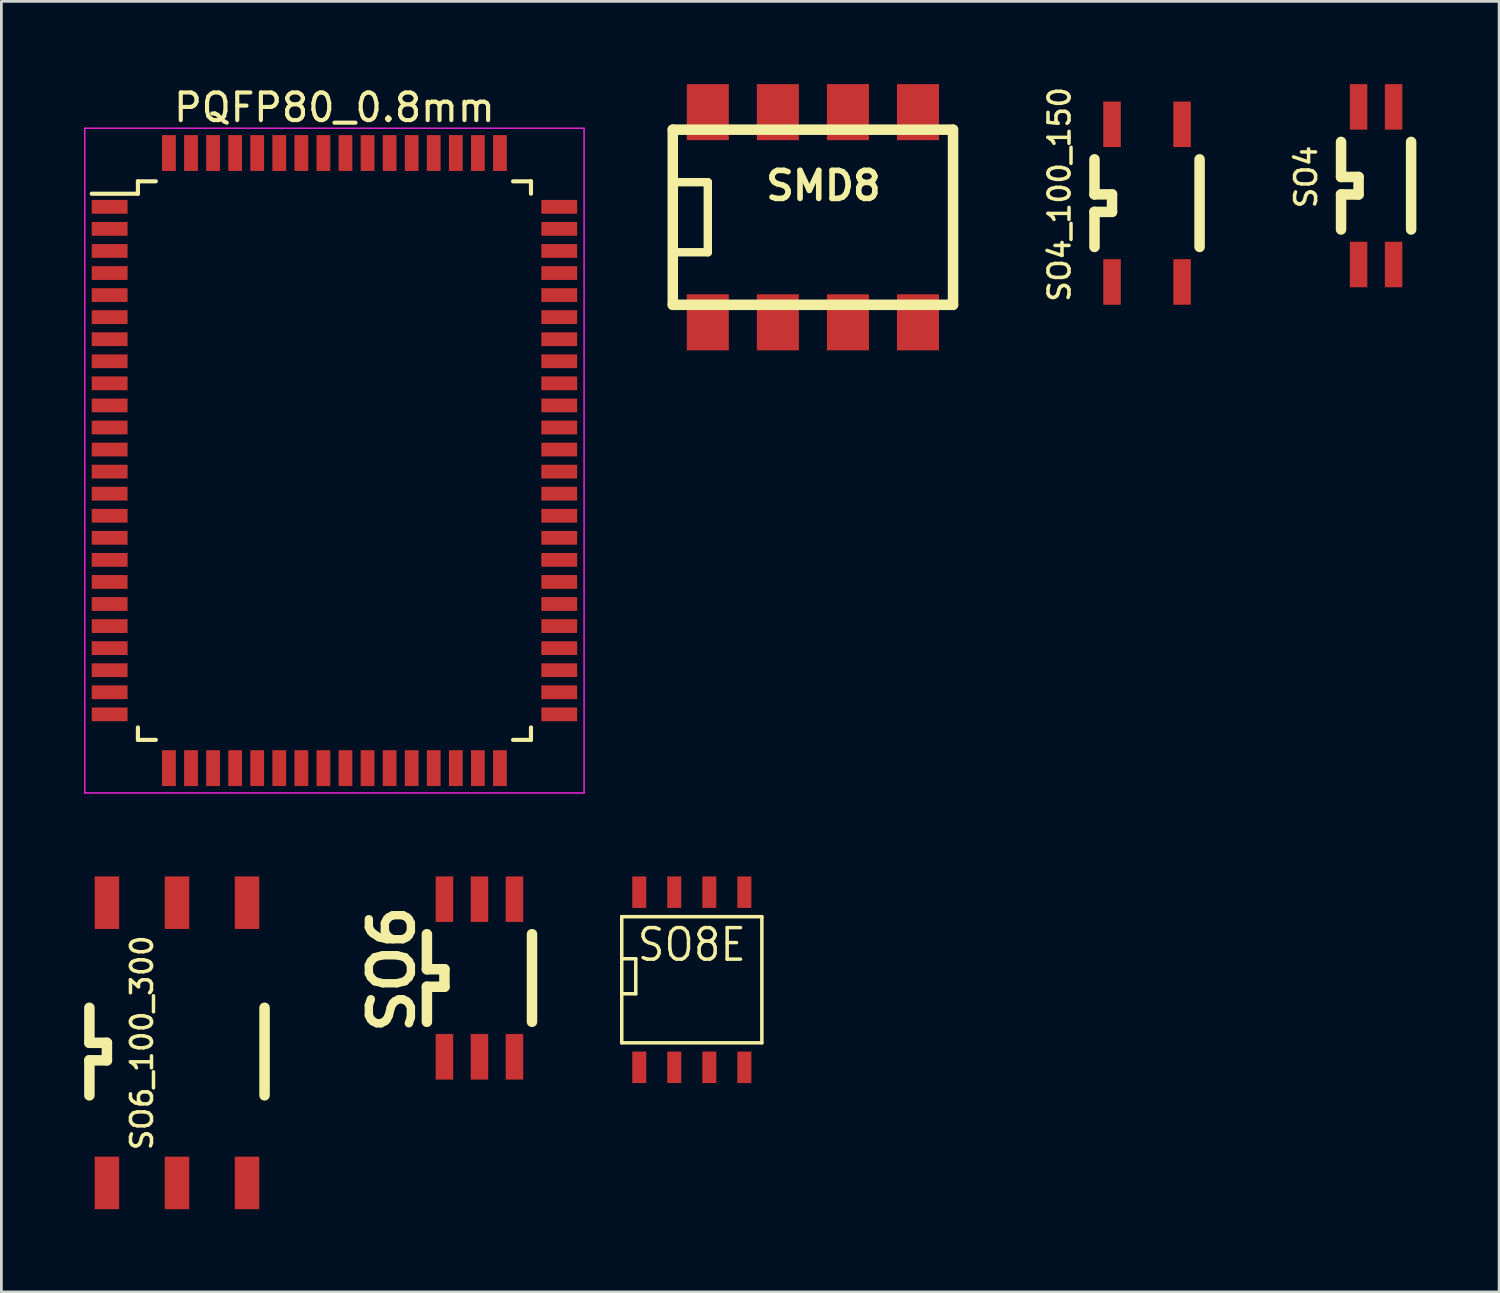
<source format=kicad_pcb>
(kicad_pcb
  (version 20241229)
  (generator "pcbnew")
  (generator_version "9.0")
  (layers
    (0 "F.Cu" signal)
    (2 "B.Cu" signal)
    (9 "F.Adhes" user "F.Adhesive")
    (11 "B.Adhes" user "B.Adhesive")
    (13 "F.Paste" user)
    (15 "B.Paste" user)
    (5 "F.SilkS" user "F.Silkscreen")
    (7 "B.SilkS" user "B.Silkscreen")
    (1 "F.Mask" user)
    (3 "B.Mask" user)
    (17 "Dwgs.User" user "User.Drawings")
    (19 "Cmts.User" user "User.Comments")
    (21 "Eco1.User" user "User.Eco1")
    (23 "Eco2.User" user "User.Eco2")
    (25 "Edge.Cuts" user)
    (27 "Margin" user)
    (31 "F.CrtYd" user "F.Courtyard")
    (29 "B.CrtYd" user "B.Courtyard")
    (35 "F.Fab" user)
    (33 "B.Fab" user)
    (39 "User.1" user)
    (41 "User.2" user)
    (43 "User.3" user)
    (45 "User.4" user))
  (footprint "PQFP80_0.8mm"
    (layer "F.Cu")
    (at 9.075 13.648)
    (property "Reference" "PQFP80_0.8mm" (at 0 -12.8 0) (layer "F.SilkS") (effects (font (size 1 1) (thickness 0.15))))
    (attr smd)
    (fp_line (start -7.125 -10.125) (end -7.125 -9.675) (stroke (width 0.15) (type solid)) (layer "F.SilkS"))
    (fp_line (start -7.125 -10.125) (end -6.475 -10.125) (stroke (width 0.15) (type solid)) (layer "F.SilkS"))
    (fp_line (start -7.125 -9.675) (end -8.8 -9.675) (stroke (width 0.15) (type solid)) (layer "F.SilkS"))
    (fp_line (start -7.125 10.125) (end -7.125 9.675) (stroke (width 0.15) (type solid)) (layer "F.SilkS"))
    (fp_line (start -7.125 10.125) (end -6.475 10.125) (stroke (width 0.15) (type solid)) (layer "F.SilkS"))
    (fp_line (start 7.125 -10.125) (end 6.475 -10.125) (stroke (width 0.15) (type solid)) (layer "F.SilkS"))
    (fp_line (start 7.125 -10.125) (end 7.125 -9.675) (stroke (width 0.15) (type solid)) (layer "F.SilkS"))
    (fp_line (start 7.125 10.125) (end 6.475 10.125) (stroke (width 0.15) (type solid)) (layer "F.SilkS"))
    (fp_line (start 7.125 10.125) (end 7.125 9.675) (stroke (width 0.15) (type solid)) (layer "F.SilkS"))
    (fp_line (start -9.05 -12.05) (end -9.05 12.05) (stroke (width 0.05) (type solid)) (layer "F.CrtYd"))
    (fp_line (start -9.05 -12.05) (end 9.05 -12.05) (stroke (width 0.05) (type solid)) (layer "F.CrtYd"))
    (fp_line (start -9.05 12.05) (end 9.05 12.05) (stroke (width 0.05) (type solid)) (layer "F.CrtYd"))
    (fp_line (start 9.05 -12.05) (end 9.05 12.05) (stroke (width 0.05) (type solid)) (layer "F.CrtYd"))
    (pad "1" smd rect (at -8.15 -9.2) (size 1.3 0.5) (layers "F.Cu" "F.Mask" "F.Paste"))
    (pad "2" smd rect (at -8.15 -8.4) (size 1.3 0.5) (layers "F.Cu" "F.Mask" "F.Paste"))
    (pad "3" smd rect (at -8.15 -7.6) (size 1.3 0.5) (layers "F.Cu" "F.Mask" "F.Paste"))
    (pad "4" smd rect (at -8.15 -6.8) (size 1.3 0.5) (layers "F.Cu" "F.Mask" "F.Paste"))
    (pad "5" smd rect (at -8.15 -6) (size 1.3 0.5) (layers "F.Cu" "F.Mask" "F.Paste"))
    (pad "6" smd rect (at -8.15 -5.2) (size 1.3 0.5) (layers "F.Cu" "F.Mask" "F.Paste"))
    (pad "7" smd rect (at -8.15 -4.4) (size 1.3 0.5) (layers "F.Cu" "F.Mask" "F.Paste"))
    (pad "8" smd rect (at -8.15 -3.6) (size 1.3 0.5) (layers "F.Cu" "F.Mask" "F.Paste"))
    (pad "9" smd rect (at -8.15 -2.8) (size 1.3 0.5) (layers "F.Cu" "F.Mask" "F.Paste"))
    (pad "10" smd rect (at -8.15 -2) (size 1.3 0.5) (layers "F.Cu" "F.Mask" "F.Paste"))
    (pad "11" smd rect (at -8.15 -1.2) (size 1.3 0.5) (layers "F.Cu" "F.Mask" "F.Paste"))
    (pad "12" smd rect (at -8.15 -0.4) (size 1.3 0.5) (layers "F.Cu" "F.Mask" "F.Paste"))
    (pad "13" smd rect (at -8.15 0.4) (size 1.3 0.5) (layers "F.Cu" "F.Mask" "F.Paste"))
    (pad "14" smd rect (at -8.15 1.2) (size 1.3 0.5) (layers "F.Cu" "F.Mask" "F.Paste"))
    (pad "15" smd rect (at -8.15 2) (size 1.3 0.5) (layers "F.Cu" "F.Mask" "F.Paste"))
    (pad "16" smd rect (at -8.15 2.8) (size 1.3 0.5) (layers "F.Cu" "F.Mask" "F.Paste"))
    (pad "17" smd rect (at -8.15 3.6) (size 1.3 0.5) (layers "F.Cu" "F.Mask" "F.Paste"))
    (pad "18" smd rect (at -8.15 4.4) (size 1.3 0.5) (layers "F.Cu" "F.Mask" "F.Paste"))
    (pad "19" smd rect (at -8.15 5.2) (size 1.3 0.5) (layers "F.Cu" "F.Mask" "F.Paste"))
    (pad "20" smd rect (at -8.15 6) (size 1.3 0.5) (layers "F.Cu" "F.Mask" "F.Paste"))
    (pad "21" smd rect (at -8.15 6.8) (size 1.3 0.5) (layers "F.Cu" "F.Mask" "F.Paste"))
    (pad "22" smd rect (at -8.15 7.6) (size 1.3 0.5) (layers "F.Cu" "F.Mask" "F.Paste"))
    (pad "23" smd rect (at -8.15 8.4) (size 1.3 0.5) (layers "F.Cu" "F.Mask" "F.Paste"))
    (pad "24" smd rect (at -8.15 9.2) (size 1.3 0.5) (layers "F.Cu" "F.Mask" "F.Paste"))
    (pad "25" smd rect (at -6 11.15 90) (size 1.3 0.5) (layers "F.Cu" "F.Mask" "F.Paste"))
    (pad "26" smd rect (at -5.2 11.15 90) (size 1.3 0.5) (layers "F.Cu" "F.Mask" "F.Paste"))
    (pad "27" smd rect (at -4.4 11.15 90) (size 1.3 0.5) (layers "F.Cu" "F.Mask" "F.Paste"))
    (pad "28" smd rect (at -3.6 11.15 90) (size 1.3 0.5) (layers "F.Cu" "F.Mask" "F.Paste"))
    (pad "29" smd rect (at -2.8 11.15 90) (size 1.3 0.5) (layers "F.Cu" "F.Mask" "F.Paste"))
    (pad "30" smd rect (at -2 11.15 90) (size 1.3 0.5) (layers "F.Cu" "F.Mask" "F.Paste"))
    (pad "31" smd rect (at -1.2 11.15 90) (size 1.3 0.5) (layers "F.Cu" "F.Mask" "F.Paste"))
    (pad "32" smd rect (at -0.4 11.15 90) (size 1.3 0.5) (layers "F.Cu" "F.Mask" "F.Paste"))
    (pad "33" smd rect (at 0.4 11.15 90) (size 1.3 0.5) (layers "F.Cu" "F.Mask" "F.Paste"))
    (pad "34" smd rect (at 1.2 11.15 90) (size 1.3 0.5) (layers "F.Cu" "F.Mask" "F.Paste"))
    (pad "35" smd rect (at 2 11.15 90) (size 1.3 0.5) (layers "F.Cu" "F.Mask" "F.Paste"))
    (pad "36" smd rect (at 2.8 11.15 90) (size 1.3 0.5) (layers "F.Cu" "F.Mask" "F.Paste"))
    (pad "37" smd rect (at 3.6 11.15 90) (size 1.3 0.5) (layers "F.Cu" "F.Mask" "F.Paste"))
    (pad "38" smd rect (at 4.4 11.15 90) (size 1.3 0.5) (layers "F.Cu" "F.Mask" "F.Paste"))
    (pad "39" smd rect (at 5.2 11.15 90) (size 1.3 0.5) (layers "F.Cu" "F.Mask" "F.Paste"))
    (pad "40" smd rect (at 6 11.15 90) (size 1.3 0.5) (layers "F.Cu" "F.Mask" "F.Paste"))
    (pad "41" smd rect (at 8.15 9.2) (size 1.3 0.5) (layers "F.Cu" "F.Mask" "F.Paste"))
    (pad "42" smd rect (at 8.15 8.4) (size 1.3 0.5) (layers "F.Cu" "F.Mask" "F.Paste"))
    (pad "43" smd rect (at 8.15 7.6) (size 1.3 0.5) (layers "F.Cu" "F.Mask" "F.Paste"))
    (pad "44" smd rect (at 8.15 6.8) (size 1.3 0.5) (layers "F.Cu" "F.Mask" "F.Paste"))
    (pad "45" smd rect (at 8.15 6) (size 1.3 0.5) (layers "F.Cu" "F.Mask" "F.Paste"))
    (pad "46" smd rect (at 8.15 5.2) (size 1.3 0.5) (layers "F.Cu" "F.Mask" "F.Paste"))
    (pad "47" smd rect (at 8.15 4.4) (size 1.3 0.5) (layers "F.Cu" "F.Mask" "F.Paste"))
    (pad "48" smd rect (at 8.15 3.6) (size 1.3 0.5) (layers "F.Cu" "F.Mask" "F.Paste"))
    (pad "49" smd rect (at 8.15 2.8) (size 1.3 0.5) (layers "F.Cu" "F.Mask" "F.Paste"))
    (pad "50" smd rect (at 8.15 2) (size 1.3 0.5) (layers "F.Cu" "F.Mask" "F.Paste"))
    (pad "51" smd rect (at 8.15 1.2) (size 1.3 0.5) (layers "F.Cu" "F.Mask" "F.Paste"))
    (pad "52" smd rect (at 8.15 0.4) (size 1.3 0.5) (layers "F.Cu" "F.Mask" "F.Paste"))
    (pad "53" smd rect (at 8.15 -0.4) (size 1.3 0.5) (layers "F.Cu" "F.Mask" "F.Paste"))
    (pad "54" smd rect (at 8.15 -1.2) (size 1.3 0.5) (layers "F.Cu" "F.Mask" "F.Paste"))
    (pad "55" smd rect (at 8.15 -2) (size 1.3 0.5) (layers "F.Cu" "F.Mask" "F.Paste"))
    (pad "56" smd rect (at 8.15 -2.8) (size 1.3 0.5) (layers "F.Cu" "F.Mask" "F.Paste"))
    (pad "57" smd rect (at 8.15 -3.6) (size 1.3 0.5) (layers "F.Cu" "F.Mask" "F.Paste"))
    (pad "58" smd rect (at 8.15 -4.4) (size 1.3 0.5) (layers "F.Cu" "F.Mask" "F.Paste"))
    (pad "59" smd rect (at 8.15 -5.2) (size 1.3 0.5) (layers "F.Cu" "F.Mask" "F.Paste"))
    (pad "60" smd rect (at 8.15 -6) (size 1.3 0.5) (layers "F.Cu" "F.Mask" "F.Paste"))
    (pad "61" smd rect (at 8.15 -6.8) (size 1.3 0.5) (layers "F.Cu" "F.Mask" "F.Paste"))
    (pad "62" smd rect (at 8.15 -7.6) (size 1.3 0.5) (layers "F.Cu" "F.Mask" "F.Paste"))
    (pad "63" smd rect (at 8.15 -8.4) (size 1.3 0.5) (layers "F.Cu" "F.Mask" "F.Paste"))
    (pad "64" smd rect (at 8.15 -9.2) (size 1.3 0.5) (layers "F.Cu" "F.Mask" "F.Paste"))
    (pad "65" smd rect (at 6 -11.15 90) (size 1.3 0.5) (layers "F.Cu" "F.Mask" "F.Paste"))
    (pad "66" smd rect (at 5.2 -11.15 90) (size 1.3 0.5) (layers "F.Cu" "F.Mask" "F.Paste"))
    (pad "67" smd rect (at 4.4 -11.15 90) (size 1.3 0.5) (layers "F.Cu" "F.Mask" "F.Paste"))
    (pad "68" smd rect (at 3.6 -11.15 90) (size 1.3 0.5) (layers "F.Cu" "F.Mask" "F.Paste"))
    (pad "69" smd rect (at 2.8 -11.15 90) (size 1.3 0.5) (layers "F.Cu" "F.Mask" "F.Paste"))
    (pad "70" smd rect (at 2 -11.15 90) (size 1.3 0.5) (layers "F.Cu" "F.Mask" "F.Paste"))
    (pad "71" smd rect (at 1.2 -11.15 90) (size 1.3 0.5) (layers "F.Cu" "F.Mask" "F.Paste"))
    (pad "72" smd rect (at 0.4 -11.15 90) (size 1.3 0.5) (layers "F.Cu" "F.Mask" "F.Paste"))
    (pad "73" smd rect (at -0.4 -11.15 90) (size 1.3 0.5) (layers "F.Cu" "F.Mask" "F.Paste"))
    (pad "74" smd rect (at -1.2 -11.15 90) (size 1.3 0.5) (layers "F.Cu" "F.Mask" "F.Paste"))
    (pad "75" smd rect (at -2 -11.15 90) (size 1.3 0.5) (layers "F.Cu" "F.Mask" "F.Paste"))
    (pad "76" smd rect (at -2.8 -11.15 90) (size 1.3 0.5) (layers "F.Cu" "F.Mask" "F.Paste"))
    (pad "77" smd rect (at -3.6 -11.15 90) (size 1.3 0.5) (layers "F.Cu" "F.Mask" "F.Paste"))
    (pad "78" smd rect (at -4.4 -11.15 90) (size 1.3 0.5) (layers "F.Cu" "F.Mask" "F.Paste"))
    (pad "79" smd rect (at -5.2 -11.15 90) (size 1.3 0.5) (layers "F.Cu" "F.Mask" "F.Paste"))
    (pad "80" smd rect (at -6 -11.15 90) (size 1.3 0.5) (layers "F.Cu" "F.Mask" "F.Paste")))
  (footprint "SO4"
    (layer "F.Cu")
    (at 46.204 6.54)
    (property "Reference" "SO4" (at -1.905 -3.175 90) (layer "F.SilkS") (effects (font (size 0.762 0.762) (thickness 0.127))))
    (attr through_hole)
    (fp_line (start -0.635 -4.445) (end -0.635 -3.175) (stroke (width 0.381) (type solid)) (layer "F.SilkS"))
    (fp_line (start -0.635 -3.175) (end 0 -3.175) (stroke (width 0.381) (type solid)) (layer "F.SilkS"))
    (fp_line (start -0.635 -2.54) (end -0.635 -1.27) (stroke (width 0.381) (type solid)) (layer "F.SilkS"))
    (fp_line (start 0 -3.175) (end 0 -2.54) (stroke (width 0.381) (type solid)) (layer "F.SilkS"))
    (fp_line (start 0 -2.54) (end -0.635 -2.54) (stroke (width 0.381) (type solid)) (layer "F.SilkS"))
    (fp_line (start 1.905 -4.445) (end 1.905 -1.27) (stroke (width 0.381) (type solid)) (layer "F.SilkS"))
    (pad "1" smd rect (at 0 0) (size 0.635 1.651) (layers "F.Cu" "F.Mask" "F.Paste"))
    (pad "2" smd rect (at 1.27 0) (size 0.635 1.651) (layers "F.Cu" "F.Mask" "F.Paste"))
    (pad "3" smd rect (at 1.27 -5.715) (size 0.635 1.651) (layers "F.Cu" "F.Mask" "F.Paste"))
    (pad "4" smd rect (at 0 -5.715) (size 0.635 1.651) (layers "F.Cu" "F.Mask" "F.Paste")))
  (footprint "SO6_100_300"
    (layer "F.Cu")
    (at 0.826 39.836)
    (property "Reference" "SO6_100_300" (at 1.27 -5.08 90) (layer "F.SilkS") (effects (font (size 0.762 0.762) (thickness 0.127))))
    (attr through_hole)
    (fp_line (start -0.635 -6.35) (end -0.635 -5.08) (stroke (width 0.381) (type solid)) (layer "F.SilkS"))
    (fp_line (start -0.635 -5.08) (end 0 -5.08) (stroke (width 0.381) (type solid)) (layer "F.SilkS"))
    (fp_line (start -0.635 -4.445) (end -0.635 -3.175) (stroke (width 0.381) (type solid)) (layer "F.SilkS"))
    (fp_line (start 0 -5.08) (end 0 -4.445) (stroke (width 0.381) (type solid)) (layer "F.SilkS"))
    (fp_line (start 0 -4.445) (end -0.635 -4.445) (stroke (width 0.381) (type solid)) (layer "F.SilkS"))
    (fp_line (start 5.715 -6.35) (end 5.715 -3.175) (stroke (width 0.381) (type solid)) (layer "F.SilkS"))
    (pad "1" smd rect (at 0 0) (size 0.889 1.905) (layers "F.Cu" "F.Mask" "F.Paste"))
    (pad "2" smd rect (at 2.54 0) (size 0.889 1.905) (layers "F.Cu" "F.Mask" "F.Paste"))
    (pad "3" smd rect (at 5.08 0) (size 0.889 1.905) (layers "F.Cu" "F.Mask" "F.Paste"))
    (pad "4" smd rect (at 5.08 -10.16) (size 0.889 1.905) (layers "F.Cu" "F.Mask" "F.Paste"))
    (pad "5" smd rect (at 2.54 -10.16) (size 0.889 1.905) (layers "F.Cu" "F.Mask" "F.Paste"))
    (pad "6" smd rect (at 0 -10.16) (size 0.889 1.905) (layers "F.Cu" "F.Mask" "F.Paste")))
  (footprint "SO4_100_150"
    (layer "F.Cu")
    (at 37.265 7.172)
    (property "Reference" "SO4_100_150" (at -1.905 -3.175 90) (layer "F.SilkS") (effects (font (size 0.762 0.762) (thickness 0.127))))
    (attr through_hole)
    (fp_line (start -0.635 -4.445) (end -0.635 -3.175) (stroke (width 0.381) (type solid)) (layer "F.SilkS"))
    (fp_line (start -0.635 -3.175) (end 0 -3.175) (stroke (width 0.381) (type solid)) (layer "F.SilkS"))
    (fp_line (start -0.635 -2.54) (end -0.635 -1.27) (stroke (width 0.381) (type solid)) (layer "F.SilkS"))
    (fp_line (start 0 -3.175) (end 0 -2.54) (stroke (width 0.381) (type solid)) (layer "F.SilkS"))
    (fp_line (start 0 -2.54) (end -0.635 -2.54) (stroke (width 0.381) (type solid)) (layer "F.SilkS"))
    (fp_line (start 3.175 -4.445) (end 3.175 -1.27) (stroke (width 0.381) (type solid)) (layer "F.SilkS"))
    (pad "1" smd rect (at 0 0) (size 0.635 1.651) (layers "F.Cu" "F.Mask" "F.Paste"))
    (pad "2" smd rect (at 2.54 0) (size 0.635 1.651) (layers "F.Cu" "F.Mask" "F.Paste"))
    (pad "3" smd rect (at 2.54 -5.715) (size 0.635 1.651) (layers "F.Cu" "F.Mask" "F.Paste"))
    (pad "4" smd rect (at 0 -5.715) (size 0.635 1.651) (layers "F.Cu" "F.Mask" "F.Paste")))
  (footprint "SO6"
    (layer "F.Cu")
    (at 13.062 35.264)
    (property "Reference" "SO6" (at -1.905 -3.175 90) (layer "F.SilkS") (effects (font (size 1.524 1.524) (thickness 0.305))))
    (attr through_hole)
    (fp_line (start -0.635 -4.445) (end -0.635 -3.175) (stroke (width 0.381) (type solid)) (layer "F.SilkS"))
    (fp_line (start -0.635 -3.175) (end 0 -3.175) (stroke (width 0.381) (type solid)) (layer "F.SilkS"))
    (fp_line (start -0.635 -2.54) (end -0.635 -1.27) (stroke (width 0.381) (type solid)) (layer "F.SilkS"))
    (fp_line (start 0 -3.175) (end 0 -2.54) (stroke (width 0.381) (type solid)) (layer "F.SilkS"))
    (fp_line (start 0 -2.54) (end -0.635 -2.54) (stroke (width 0.381) (type solid)) (layer "F.SilkS"))
    (fp_line (start 3.175 -4.445) (end 3.175 -1.27) (stroke (width 0.381) (type solid)) (layer "F.SilkS"))
    (pad "1" smd rect (at 0 0) (size 0.635 1.651) (layers "F.Cu" "F.Mask" "F.Paste"))
    (pad "2" smd rect (at 1.27 0) (size 0.635 1.651) (layers "F.Cu" "F.Mask" "F.Paste"))
    (pad "3" smd rect (at 2.54 0) (size 0.635 1.651) (layers "F.Cu" "F.Mask" "F.Paste"))
    (pad "4" smd rect (at 2.54 -5.715) (size 0.635 1.651) (layers "F.Cu" "F.Mask" "F.Paste"))
    (pad "5" smd rect (at 1.27 -5.715) (size 0.635 1.651) (layers "F.Cu" "F.Mask" "F.Paste"))
    (pad "6" smd rect (at 0 -5.715) (size 0.635 1.651) (layers "F.Cu" "F.Mask" "F.Paste")))
  (footprint "SO8E"
    (layer "F.Cu")
    (at 22.031 32.47)
    (property "Reference" "SO8E" (at 0 -1.27 0) (layer "F.SilkS") (effects (font (size 1.143 1.016) (thickness 0.127))))
    (attr smd)
    (fp_line (start -2.54 -2.286) (end 2.54 -2.286) (stroke (width 0.127) (type solid)) (layer "F.SilkS"))
    (fp_line (start -2.54 -0.762) (end -2.032 -0.762) (stroke (width 0.127) (type solid)) (layer "F.SilkS"))
    (fp_line (start -2.54 2.286) (end -2.54 -2.286) (stroke (width 0.127) (type solid)) (layer "F.SilkS"))
    (fp_line (start -2.032 -0.762) (end -2.032 0.508) (stroke (width 0.127) (type solid)) (layer "F.SilkS"))
    (fp_line (start -2.032 0.508) (end -2.54 0.508) (stroke (width 0.127) (type solid)) (layer "F.SilkS"))
    (fp_line (start 2.54 -2.286) (end 2.54 2.286) (stroke (width 0.127) (type solid)) (layer "F.SilkS"))
    (fp_line (start 2.54 2.286) (end -2.54 2.286) (stroke (width 0.127) (type solid)) (layer "F.SilkS"))
    (pad "1" smd rect (at -1.905 3.175) (size 0.508 1.143) (layers "F.Cu" "F.Mask" "F.Paste"))
    (pad "2" smd rect (at -0.635 3.175) (size 0.508 1.143) (layers "F.Cu" "F.Mask" "F.Paste"))
    (pad "3" smd rect (at 0.635 3.175) (size 0.508 1.143) (layers "F.Cu" "F.Mask" "F.Paste"))
    (pad "4" smd rect (at 1.905 3.175) (size 0.508 1.143) (layers "F.Cu" "F.Mask" "F.Paste"))
    (pad "5" smd rect (at 1.905 -3.175) (size 0.508 1.143) (layers "F.Cu" "F.Mask" "F.Paste"))
    (pad "6" smd rect (at 0.635 -3.175) (size 0.508 1.143) (layers "F.Cu" "F.Mask" "F.Paste"))
    (pad "7" smd rect (at -0.635 -3.175) (size 0.508 1.143) (layers "F.Cu" "F.Mask" "F.Paste"))
    (pad "8" smd rect (at -1.905 -3.175) (size 0.508 1.143) (layers "F.Cu" "F.Mask" "F.Paste")))
  (footprint "SMD8"
    (layer "F.Cu")
    (at 26.421 4.826)
    (property "Reference" "SMD8" (at 0.381 -1.143 0) (layer "F.SilkS") (effects (font (size 1.016 1.016) (thickness 0.203))))
    (attr smd)
    (fp_line (start -5.08 -3.175) (end -5.08 3.175) (stroke (width 0.381) (type solid)) (layer "F.SilkS"))
    (fp_line (start -5.08 -1.27) (end -3.81 -1.27) (stroke (width 0.305) (type solid)) (layer "F.SilkS"))
    (fp_line (start -5.08 3.175) (end 5.08 3.175) (stroke (width 0.381) (type solid)) (layer "F.SilkS"))
    (fp_line (start -3.81 -1.27) (end -3.81 1.27) (stroke (width 0.305) (type solid)) (layer "F.SilkS"))
    (fp_line (start -3.81 1.27) (end -5.08 1.27) (stroke (width 0.305) (type solid)) (layer "F.SilkS"))
    (fp_line (start 5.08 -3.175) (end -5.08 -3.175) (stroke (width 0.381) (type solid)) (layer "F.SilkS"))
    (fp_line (start 5.08 3.175) (end 5.08 -3.175) (stroke (width 0.381) (type solid)) (layer "F.SilkS"))
    (pad "1" smd rect (at -3.81 3.81) (size 1.524 2.032) (layers "F.Cu" "F.Mask" "F.Paste"))
    (pad "2" smd rect (at -1.27 3.81) (size 1.524 2.032) (layers "F.Cu" "F.Mask" "F.Paste"))
    (pad "3" smd rect (at 1.27 3.81) (size 1.524 2.032) (layers "F.Cu" "F.Mask" "F.Paste"))
    (pad "4" smd rect (at 3.81 3.81) (size 1.524 2.032) (layers "F.Cu" "F.Mask" "F.Paste"))
    (pad "5" smd rect (at 3.81 -3.81) (size 1.524 2.032) (layers "F.Cu" "F.Mask" "F.Paste"))
    (pad "6" smd rect (at 1.27 -3.81) (size 1.524 2.032) (layers "F.Cu" "F.Mask" "F.Paste"))
    (pad "7" smd rect (at -1.27 -3.81) (size 1.524 2.032) (layers "F.Cu" "F.Mask" "F.Paste"))
    (pad "8" smd rect (at -3.81 -3.81) (size 1.524 2.032) (layers "F.Cu" "F.Mask" "F.Paste")))
  (gr_rect
    (start -3 -3)
    (end 51.299 43.788)
    (stroke (width 0.1) (type default))
    (fill no)
    (layer "Edge.Cuts")))
</source>
